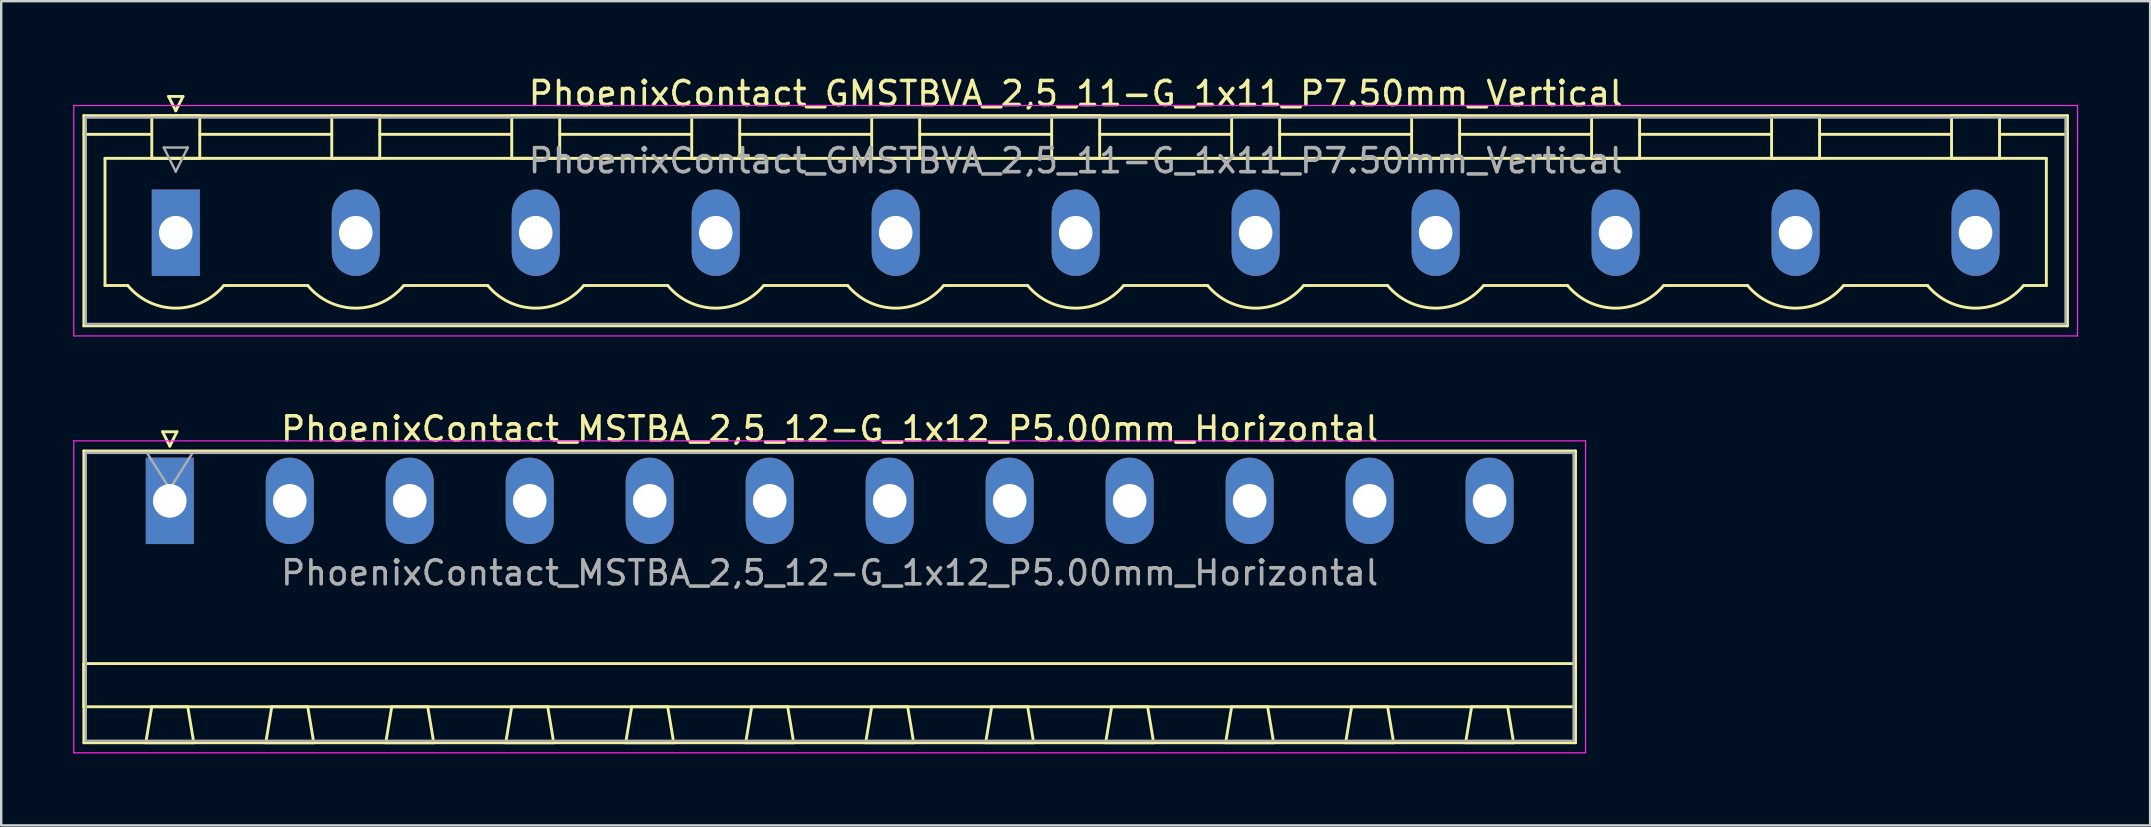
<source format=kicad_pcb>
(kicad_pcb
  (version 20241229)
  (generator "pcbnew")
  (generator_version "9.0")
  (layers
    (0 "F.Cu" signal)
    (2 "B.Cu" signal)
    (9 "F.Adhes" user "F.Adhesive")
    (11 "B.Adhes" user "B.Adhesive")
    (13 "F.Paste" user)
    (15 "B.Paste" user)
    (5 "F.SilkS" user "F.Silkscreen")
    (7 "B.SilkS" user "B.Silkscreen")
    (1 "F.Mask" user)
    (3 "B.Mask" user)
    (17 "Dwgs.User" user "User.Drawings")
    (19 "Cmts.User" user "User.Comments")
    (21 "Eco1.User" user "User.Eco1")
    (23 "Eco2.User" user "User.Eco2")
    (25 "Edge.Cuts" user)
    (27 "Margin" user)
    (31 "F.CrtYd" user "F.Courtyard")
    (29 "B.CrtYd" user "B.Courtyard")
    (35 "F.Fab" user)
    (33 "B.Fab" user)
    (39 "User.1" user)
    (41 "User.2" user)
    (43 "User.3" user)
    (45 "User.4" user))
  (footprint "PhoenixContact_MSTBA_2,5_12-G_1x12_P5.00mm_Horizontal"
    (layer "F.Cu")
    (at 4.025 17.822)
    (property "Reference" "PhoenixContact_MSTBA_2,5_12-G_1x12_P5.00mm_Horizontal" (at 27.5 -3 0) (layer "F.SilkS") (effects (font (size 1 1) (thickness 0.15))))
    (attr through_hole)
    (fp_line (start -3.58 -2.08) (end -3.58 10.08) (stroke (width 0.12) (type solid)) (layer "F.SilkS"))
    (fp_line (start -3.58 6.78) (end 58.58 6.78) (stroke (width 0.12) (type solid)) (layer "F.SilkS"))
    (fp_line (start -3.58 8.58) (end -3.58 6.78) (stroke (width 0.12) (type solid)) (layer "F.SilkS"))
    (fp_line (start -3.58 10.08) (end 58.58 10.08) (stroke (width 0.12) (type solid)) (layer "F.SilkS"))
    (fp_line (start -1 10.08) (end 1 10.08) (stroke (width 0.12) (type solid)) (layer "F.SilkS"))
    (fp_line (start -0.75 8.58) (end -1 10.08) (stroke (width 0.12) (type solid)) (layer "F.SilkS"))
    (fp_line (start -0.3 -2.88) (end 0.3 -2.88) (stroke (width 0.12) (type solid)) (layer "F.SilkS"))
    (fp_line (start 0 -2.28) (end -0.3 -2.88) (stroke (width 0.12) (type solid)) (layer "F.SilkS"))
    (fp_line (start 0.3 -2.88) (end 0 -2.28) (stroke (width 0.12) (type solid)) (layer "F.SilkS"))
    (fp_line (start 0.75 8.58) (end -0.75 8.58) (stroke (width 0.12) (type solid)) (layer "F.SilkS"))
    (fp_line (start 1 10.08) (end 0.75 8.58) (stroke (width 0.12) (type solid)) (layer "F.SilkS"))
    (fp_line (start 4 10.08) (end 6 10.08) (stroke (width 0.12) (type solid)) (layer "F.SilkS"))
    (fp_line (start 4.25 8.58) (end 4 10.08) (stroke (width 0.12) (type solid)) (layer "F.SilkS"))
    (fp_line (start 5.75 8.58) (end 4.25 8.58) (stroke (width 0.12) (type solid)) (layer "F.SilkS"))
    (fp_line (start 6 10.08) (end 5.75 8.58) (stroke (width 0.12) (type solid)) (layer "F.SilkS"))
    (fp_line (start 9 10.08) (end 11 10.08) (stroke (width 0.12) (type solid)) (layer "F.SilkS"))
    (fp_line (start 9.25 8.58) (end 9 10.08) (stroke (width 0.12) (type solid)) (layer "F.SilkS"))
    (fp_line (start 10.75 8.58) (end 9.25 8.58) (stroke (width 0.12) (type solid)) (layer "F.SilkS"))
    (fp_line (start 11 10.08) (end 10.75 8.58) (stroke (width 0.12) (type solid)) (layer "F.SilkS"))
    (fp_line (start 14 10.08) (end 16 10.08) (stroke (width 0.12) (type solid)) (layer "F.SilkS"))
    (fp_line (start 14.25 8.58) (end 14 10.08) (stroke (width 0.12) (type solid)) (layer "F.SilkS"))
    (fp_line (start 15.75 8.58) (end 14.25 8.58) (stroke (width 0.12) (type solid)) (layer "F.SilkS"))
    (fp_line (start 16 10.08) (end 15.75 8.58) (stroke (width 0.12) (type solid)) (layer "F.SilkS"))
    (fp_line (start 19 10.08) (end 21 10.08) (stroke (width 0.12) (type solid)) (layer "F.SilkS"))
    (fp_line (start 19.25 8.58) (end 19 10.08) (stroke (width 0.12) (type solid)) (layer "F.SilkS"))
    (fp_line (start 20.75 8.58) (end 19.25 8.58) (stroke (width 0.12) (type solid)) (layer "F.SilkS"))
    (fp_line (start 21 10.08) (end 20.75 8.58) (stroke (width 0.12) (type solid)) (layer "F.SilkS"))
    (fp_line (start 24 10.08) (end 26 10.08) (stroke (width 0.12) (type solid)) (layer "F.SilkS"))
    (fp_line (start 24.25 8.58) (end 24 10.08) (stroke (width 0.12) (type solid)) (layer "F.SilkS"))
    (fp_line (start 25.75 8.58) (end 24.25 8.58) (stroke (width 0.12) (type solid)) (layer "F.SilkS"))
    (fp_line (start 26 10.08) (end 25.75 8.58) (stroke (width 0.12) (type solid)) (layer "F.SilkS"))
    (fp_line (start 29 10.08) (end 31 10.08) (stroke (width 0.12) (type solid)) (layer "F.SilkS"))
    (fp_line (start 29.25 8.58) (end 29 10.08) (stroke (width 0.12) (type solid)) (layer "F.SilkS"))
    (fp_line (start 30.75 8.58) (end 29.25 8.58) (stroke (width 0.12) (type solid)) (layer "F.SilkS"))
    (fp_line (start 31 10.08) (end 30.75 8.58) (stroke (width 0.12) (type solid)) (layer "F.SilkS"))
    (fp_line (start 34 10.08) (end 36 10.08) (stroke (width 0.12) (type solid)) (layer "F.SilkS"))
    (fp_line (start 34.25 8.58) (end 34 10.08) (stroke (width 0.12) (type solid)) (layer "F.SilkS"))
    (fp_line (start 35.75 8.58) (end 34.25 8.58) (stroke (width 0.12) (type solid)) (layer "F.SilkS"))
    (fp_line (start 36 10.08) (end 35.75 8.58) (stroke (width 0.12) (type solid)) (layer "F.SilkS"))
    (fp_line (start 39 10.08) (end 41 10.08) (stroke (width 0.12) (type solid)) (layer "F.SilkS"))
    (fp_line (start 39.25 8.58) (end 39 10.08) (stroke (width 0.12) (type solid)) (layer "F.SilkS"))
    (fp_line (start 40.75 8.58) (end 39.25 8.58) (stroke (width 0.12) (type solid)) (layer "F.SilkS"))
    (fp_line (start 41 10.08) (end 40.75 8.58) (stroke (width 0.12) (type solid)) (layer "F.SilkS"))
    (fp_line (start 44 10.08) (end 46 10.08) (stroke (width 0.12) (type solid)) (layer "F.SilkS"))
    (fp_line (start 44.25 8.58) (end 44 10.08) (stroke (width 0.12) (type solid)) (layer "F.SilkS"))
    (fp_line (start 45.75 8.58) (end 44.25 8.58) (stroke (width 0.12) (type solid)) (layer "F.SilkS"))
    (fp_line (start 46 10.08) (end 45.75 8.58) (stroke (width 0.12) (type solid)) (layer "F.SilkS"))
    (fp_line (start 49 10.08) (end 51 10.08) (stroke (width 0.12) (type solid)) (layer "F.SilkS"))
    (fp_line (start 49.25 8.58) (end 49 10.08) (stroke (width 0.12) (type solid)) (layer "F.SilkS"))
    (fp_line (start 50.75 8.58) (end 49.25 8.58) (stroke (width 0.12) (type solid)) (layer "F.SilkS"))
    (fp_line (start 51 10.08) (end 50.75 8.58) (stroke (width 0.12) (type solid)) (layer "F.SilkS"))
    (fp_line (start 54 10.08) (end 56 10.08) (stroke (width 0.12) (type solid)) (layer "F.SilkS"))
    (fp_line (start 54.25 8.58) (end 54 10.08) (stroke (width 0.12) (type solid)) (layer "F.SilkS"))
    (fp_line (start 55.75 8.58) (end 54.25 8.58) (stroke (width 0.12) (type solid)) (layer "F.SilkS"))
    (fp_line (start 56 10.08) (end 55.75 8.58) (stroke (width 0.12) (type solid)) (layer "F.SilkS"))
    (fp_line (start 58.58 -2.08) (end -3.58 -2.08) (stroke (width 0.12) (type solid)) (layer "F.SilkS"))
    (fp_line (start 58.58 6.78) (end 58.58 8.58) (stroke (width 0.12) (type solid)) (layer "F.SilkS"))
    (fp_line (start 58.58 8.58) (end -3.58 8.58) (stroke (width 0.12) (type solid)) (layer "F.SilkS"))
    (fp_line (start 58.58 10.08) (end 58.58 -2.08) (stroke (width 0.12) (type solid)) (layer "F.SilkS"))
    (fp_line (start -4 -2.5) (end -4 10.5) (stroke (width 0.05) (type solid)) (layer "F.CrtYd"))
    (fp_line (start -4 10.5) (end 59 10.5) (stroke (width 0.05) (type solid)) (layer "F.CrtYd"))
    (fp_line (start 59 -2.5) (end -4 -2.5) (stroke (width 0.05) (type solid)) (layer "F.CrtYd"))
    (fp_line (start 59 10.5) (end 59 -2.5) (stroke (width 0.05) (type solid)) (layer "F.CrtYd"))
    (fp_line (start -3.5 -2) (end -3.5 10) (stroke (width 0.1) (type solid)) (layer "F.Fab"))
    (fp_line (start -3.5 10) (end 58.5 10) (stroke (width 0.1) (type solid)) (layer "F.Fab"))
    (fp_line (start 0 -0.5) (end -0.95 -2) (stroke (width 0.1) (type solid)) (layer "F.Fab"))
    (fp_line (start 0.95 -2) (end 0 -0.5) (stroke (width 0.1) (type solid)) (layer "F.Fab"))
    (fp_line (start 58.5 -2) (end -3.5 -2) (stroke (width 0.1) (type solid)) (layer "F.Fab"))
    (fp_line (start 58.5 10) (end 58.5 -2) (stroke (width 0.1) (type solid)) (layer "F.Fab"))
    (fp_text user "${REFERENCE}" (at 27.5 3 0) (layer "F.Fab") (effects (font (size 1 1) (thickness 0.15))))
    (pad "1" thru_hole rect (at 0 0) (size 2 3.6) (drill 1.4) (layers "*.Cu" "*.Mask"))
    (pad "2" thru_hole oval (at 5 0) (size 2 3.6) (drill 1.4) (layers "*.Cu" "*.Mask"))
    (pad "3" thru_hole oval (at 10 0) (size 2 3.6) (drill 1.4) (layers "*.Cu" "*.Mask"))
    (pad "4" thru_hole oval (at 15 0) (size 2 3.6) (drill 1.4) (layers "*.Cu" "*.Mask"))
    (pad "5" thru_hole oval (at 20 0) (size 2 3.6) (drill 1.4) (layers "*.Cu" "*.Mask"))
    (pad "6" thru_hole oval (at 25 0) (size 2 3.6) (drill 1.4) (layers "*.Cu" "*.Mask"))
    (pad "7" thru_hole oval (at 30 0) (size 2 3.6) (drill 1.4) (layers "*.Cu" "*.Mask"))
    (pad "8" thru_hole oval (at 35 0) (size 2 3.6) (drill 1.4) (layers "*.Cu" "*.Mask"))
    (pad "9" thru_hole oval (at 40 0) (size 2 3.6) (drill 1.4) (layers "*.Cu" "*.Mask"))
    (pad "10" thru_hole oval (at 45 0) (size 2 3.6) (drill 1.4) (layers "*.Cu" "*.Mask"))
    (pad "11" thru_hole oval (at 50 0) (size 2 3.6) (drill 1.4) (layers "*.Cu" "*.Mask"))
    (pad "12" thru_hole oval (at 55 0) (size 2 3.6) (drill 1.4) (layers "*.Cu" "*.Mask")))
  (footprint "PhoenixContact_GMSTBVA_2,5_11-G_1x11_P7.50mm_Vertical"
    (layer "F.Cu")
    (at 4.275 6.648)
    (property "Reference" "PhoenixContact_GMSTBVA_2,5_11-G_1x11_P7.50mm_Vertical" (at 37.5 -5.8 0) (layer "F.SilkS") (effects (font (size 1 1) (thickness 0.15))))
    (attr through_hole)
    (fp_line (start -3.83 -4.88) (end -3.83 3.88) (stroke (width 0.12) (type solid)) (layer "F.SilkS"))
    (fp_line (start -3.83 -4.1) (end -1.08 -4.1) (stroke (width 0.12) (type solid)) (layer "F.SilkS"))
    (fp_line (start -3.83 3.88) (end 78.83 3.88) (stroke (width 0.12) (type solid)) (layer "F.SilkS"))
    (fp_line (start -2.95 -3.1) (end 77.95 -3.1) (stroke (width 0.12) (type solid)) (layer "F.SilkS"))
    (fp_line (start -2.95 2.2) (end -2.95 -3.1) (stroke (width 0.12) (type solid)) (layer "F.SilkS"))
    (fp_line (start -2 2.2) (end -2.95 2.2) (stroke (width 0.12) (type solid)) (layer "F.SilkS"))
    (fp_line (start -1 -4.88) (end 1 -4.88) (stroke (width 0.12) (type solid)) (layer "F.SilkS"))
    (fp_line (start -1 -3.1) (end -1 -4.88) (stroke (width 0.12) (type solid)) (layer "F.SilkS"))
    (fp_line (start -0.3 -5.68) (end 0.3 -5.68) (stroke (width 0.12) (type solid)) (layer "F.SilkS"))
    (fp_line (start 0 -5.08) (end -0.3 -5.68) (stroke (width 0.12) (type solid)) (layer "F.SilkS"))
    (fp_line (start 0.3 -5.68) (end 0 -5.08) (stroke (width 0.12) (type solid)) (layer "F.SilkS"))
    (fp_line (start 1 -4.88) (end 1 -3.1) (stroke (width 0.12) (type solid)) (layer "F.SilkS"))
    (fp_line (start 1 -4.1) (end 6.5 -4.1) (stroke (width 0.12) (type solid)) (layer "F.SilkS"))
    (fp_line (start 1 -3.1) (end -1 -3.1) (stroke (width 0.12) (type solid)) (layer "F.SilkS"))
    (fp_line (start 2 2.2) (end 5.5 2.2) (stroke (width 0.12) (type solid)) (layer "F.SilkS"))
    (fp_line (start 6.5 -4.88) (end 8.5 -4.88) (stroke (width 0.12) (type solid)) (layer "F.SilkS"))
    (fp_line (start 6.5 -3.1) (end 6.5 -4.88) (stroke (width 0.12) (type solid)) (layer "F.SilkS"))
    (fp_line (start 8.5 -4.88) (end 8.5 -3.1) (stroke (width 0.12) (type solid)) (layer "F.SilkS"))
    (fp_line (start 8.5 -4.1) (end 14 -4.1) (stroke (width 0.12) (type solid)) (layer "F.SilkS"))
    (fp_line (start 8.5 -3.1) (end 6.5 -3.1) (stroke (width 0.12) (type solid)) (layer "F.SilkS"))
    (fp_line (start 9.5 2.2) (end 13 2.2) (stroke (width 0.12) (type solid)) (layer "F.SilkS"))
    (fp_line (start 14 -4.88) (end 16 -4.88) (stroke (width 0.12) (type solid)) (layer "F.SilkS"))
    (fp_line (start 14 -3.1) (end 14 -4.88) (stroke (width 0.12) (type solid)) (layer "F.SilkS"))
    (fp_line (start 16 -4.88) (end 16 -3.1) (stroke (width 0.12) (type solid)) (layer "F.SilkS"))
    (fp_line (start 16 -4.1) (end 21.5 -4.1) (stroke (width 0.12) (type solid)) (layer "F.SilkS"))
    (fp_line (start 16 -3.1) (end 14 -3.1) (stroke (width 0.12) (type solid)) (layer "F.SilkS"))
    (fp_line (start 17 2.2) (end 20.5 2.2) (stroke (width 0.12) (type solid)) (layer "F.SilkS"))
    (fp_line (start 21.5 -4.88) (end 23.5 -4.88) (stroke (width 0.12) (type solid)) (layer "F.SilkS"))
    (fp_line (start 21.5 -3.1) (end 21.5 -4.88) (stroke (width 0.12) (type solid)) (layer "F.SilkS"))
    (fp_line (start 23.5 -4.88) (end 23.5 -3.1) (stroke (width 0.12) (type solid)) (layer "F.SilkS"))
    (fp_line (start 23.5 -4.1) (end 29 -4.1) (stroke (width 0.12) (type solid)) (layer "F.SilkS"))
    (fp_line (start 23.5 -3.1) (end 21.5 -3.1) (stroke (width 0.12) (type solid)) (layer "F.SilkS"))
    (fp_line (start 24.5 2.2) (end 28 2.2) (stroke (width 0.12) (type solid)) (layer "F.SilkS"))
    (fp_line (start 29 -4.88) (end 31 -4.88) (stroke (width 0.12) (type solid)) (layer "F.SilkS"))
    (fp_line (start 29 -3.1) (end 29 -4.88) (stroke (width 0.12) (type solid)) (layer "F.SilkS"))
    (fp_line (start 31 -4.88) (end 31 -3.1) (stroke (width 0.12) (type solid)) (layer "F.SilkS"))
    (fp_line (start 31 -4.1) (end 36.5 -4.1) (stroke (width 0.12) (type solid)) (layer "F.SilkS"))
    (fp_line (start 31 -3.1) (end 29 -3.1) (stroke (width 0.12) (type solid)) (layer "F.SilkS"))
    (fp_line (start 32 2.2) (end 35.5 2.2) (stroke (width 0.12) (type solid)) (layer "F.SilkS"))
    (fp_line (start 36.5 -4.88) (end 38.5 -4.88) (stroke (width 0.12) (type solid)) (layer "F.SilkS"))
    (fp_line (start 36.5 -3.1) (end 36.5 -4.88) (stroke (width 0.12) (type solid)) (layer "F.SilkS"))
    (fp_line (start 38.5 -4.88) (end 38.5 -3.1) (stroke (width 0.12) (type solid)) (layer "F.SilkS"))
    (fp_line (start 38.5 -4.1) (end 44 -4.1) (stroke (width 0.12) (type solid)) (layer "F.SilkS"))
    (fp_line (start 38.5 -3.1) (end 36.5 -3.1) (stroke (width 0.12) (type solid)) (layer "F.SilkS"))
    (fp_line (start 39.5 2.2) (end 43 2.2) (stroke (width 0.12) (type solid)) (layer "F.SilkS"))
    (fp_line (start 44 -4.88) (end 46 -4.88) (stroke (width 0.12) (type solid)) (layer "F.SilkS"))
    (fp_line (start 44 -3.1) (end 44 -4.88) (stroke (width 0.12) (type solid)) (layer "F.SilkS"))
    (fp_line (start 46 -4.88) (end 46 -3.1) (stroke (width 0.12) (type solid)) (layer "F.SilkS"))
    (fp_line (start 46 -4.1) (end 51.5 -4.1) (stroke (width 0.12) (type solid)) (layer "F.SilkS"))
    (fp_line (start 46 -3.1) (end 44 -3.1) (stroke (width 0.12) (type solid)) (layer "F.SilkS"))
    (fp_line (start 47 2.2) (end 50.5 2.2) (stroke (width 0.12) (type solid)) (layer "F.SilkS"))
    (fp_line (start 51.5 -4.88) (end 53.5 -4.88) (stroke (width 0.12) (type solid)) (layer "F.SilkS"))
    (fp_line (start 51.5 -3.1) (end 51.5 -4.88) (stroke (width 0.12) (type solid)) (layer "F.SilkS"))
    (fp_line (start 53.5 -4.88) (end 53.5 -3.1) (stroke (width 0.12) (type solid)) (layer "F.SilkS"))
    (fp_line (start 53.5 -4.1) (end 59 -4.1) (stroke (width 0.12) (type solid)) (layer "F.SilkS"))
    (fp_line (start 53.5 -3.1) (end 51.5 -3.1) (stroke (width 0.12) (type solid)) (layer "F.SilkS"))
    (fp_line (start 54.5 2.2) (end 58 2.2) (stroke (width 0.12) (type solid)) (layer "F.SilkS"))
    (fp_line (start 59 -4.88) (end 61 -4.88) (stroke (width 0.12) (type solid)) (layer "F.SilkS"))
    (fp_line (start 59 -3.1) (end 59 -4.88) (stroke (width 0.12) (type solid)) (layer "F.SilkS"))
    (fp_line (start 61 -4.88) (end 61 -3.1) (stroke (width 0.12) (type solid)) (layer "F.SilkS"))
    (fp_line (start 61 -4.1) (end 66.5 -4.1) (stroke (width 0.12) (type solid)) (layer "F.SilkS"))
    (fp_line (start 61 -3.1) (end 59 -3.1) (stroke (width 0.12) (type solid)) (layer "F.SilkS"))
    (fp_line (start 62 2.2) (end 65.5 2.2) (stroke (width 0.12) (type solid)) (layer "F.SilkS"))
    (fp_line (start 66.5 -4.88) (end 68.5 -4.88) (stroke (width 0.12) (type solid)) (layer "F.SilkS"))
    (fp_line (start 66.5 -3.1) (end 66.5 -4.88) (stroke (width 0.12) (type solid)) (layer "F.SilkS"))
    (fp_line (start 68.5 -4.88) (end 68.5 -3.1) (stroke (width 0.12) (type solid)) (layer "F.SilkS"))
    (fp_line (start 68.5 -4.1) (end 74 -4.1) (stroke (width 0.12) (type solid)) (layer "F.SilkS"))
    (fp_line (start 68.5 -3.1) (end 66.5 -3.1) (stroke (width 0.12) (type solid)) (layer "F.SilkS"))
    (fp_line (start 69.5 2.2) (end 73 2.2) (stroke (width 0.12) (type solid)) (layer "F.SilkS"))
    (fp_line (start 74 -4.88) (end 76 -4.88) (stroke (width 0.12) (type solid)) (layer "F.SilkS"))
    (fp_line (start 74 -3.1) (end 74 -4.88) (stroke (width 0.12) (type solid)) (layer "F.SilkS"))
    (fp_line (start 76 -4.88) (end 76 -3.1) (stroke (width 0.12) (type solid)) (layer "F.SilkS"))
    (fp_line (start 76 -3.1) (end 74 -3.1) (stroke (width 0.12) (type solid)) (layer "F.SilkS"))
    (fp_line (start 77.95 -3.1) (end 77.95 2.2) (stroke (width 0.12) (type solid)) (layer "F.SilkS"))
    (fp_line (start 77.95 2.2) (end 77 2.2) (stroke (width 0.12) (type solid)) (layer "F.SilkS"))
    (fp_line (start 78.83 -4.88) (end -3.83 -4.88) (stroke (width 0.12) (type solid)) (layer "F.SilkS"))
    (fp_line (start 78.83 -4.1) (end 76.08 -4.1) (stroke (width 0.12) (type solid)) (layer "F.SilkS"))
    (fp_line (start 78.83 3.88) (end 78.83 -4.88) (stroke (width 0.12) (type solid)) (layer "F.SilkS"))
    (fp_arc (start 1.986842 2.215821) (mid -0.010289 3.142758) (end -2 2.2) (stroke (width 0.12) (type solid)) (layer "F.SilkS"))
    (fp_arc (start 9.486842 2.215821) (mid 7.489711 3.142758) (end 5.5 2.2) (stroke (width 0.12) (type solid)) (layer "F.SilkS"))
    (fp_arc (start 16.986842 2.215821) (mid 14.989711 3.142758) (end 13 2.2) (stroke (width 0.12) (type solid)) (layer "F.SilkS"))
    (fp_arc (start 24.486842 2.215821) (mid 22.489711 3.142758) (end 20.5 2.2) (stroke (width 0.12) (type solid)) (layer "F.SilkS"))
    (fp_arc (start 31.986842 2.215821) (mid 29.989711 3.142758) (end 28 2.2) (stroke (width 0.12) (type solid)) (layer "F.SilkS"))
    (fp_arc (start 39.486842 2.215821) (mid 37.489711 3.142758) (end 35.5 2.2) (stroke (width 0.12) (type solid)) (layer "F.SilkS"))
    (fp_arc (start 46.986842 2.215821) (mid 44.989711 3.142758) (end 43 2.2) (stroke (width 0.12) (type solid)) (layer "F.SilkS"))
    (fp_arc (start 54.486842 2.215821) (mid 52.489711 3.142758) (end 50.5 2.2) (stroke (width 0.12) (type solid)) (layer "F.SilkS"))
    (fp_arc (start 61.986842 2.215821) (mid 59.989711 3.142758) (end 58 2.2) (stroke (width 0.12) (type solid)) (layer "F.SilkS"))
    (fp_arc (start 69.486842 2.215821) (mid 67.489711 3.142758) (end 65.5 2.2) (stroke (width 0.12) (type solid)) (layer "F.SilkS"))
    (fp_arc (start 76.986842 2.215821) (mid 74.989711 3.142758) (end 73 2.2) (stroke (width 0.12) (type solid)) (layer "F.SilkS"))
    (fp_line (start -4.25 -5.3) (end -4.25 4.3) (stroke (width 0.05) (type solid)) (layer "F.CrtYd"))
    (fp_line (start -4.25 4.3) (end 79.25 4.3) (stroke (width 0.05) (type solid)) (layer "F.CrtYd"))
    (fp_line (start 79.25 -5.3) (end -4.25 -5.3) (stroke (width 0.05) (type solid)) (layer "F.CrtYd"))
    (fp_line (start 79.25 4.3) (end 79.25 -5.3) (stroke (width 0.05) (type solid)) (layer "F.CrtYd"))
    (fp_line (start -3.75 -4.8) (end -3.75 3.8) (stroke (width 0.1) (type solid)) (layer "F.Fab"))
    (fp_line (start -3.75 3.8) (end 78.75 3.8) (stroke (width 0.1) (type solid)) (layer "F.Fab"))
    (fp_line (start -0.5 -3.55) (end 0.5 -3.55) (stroke (width 0.1) (type solid)) (layer "F.Fab"))
    (fp_line (start 0 -2.55) (end -0.5 -3.55) (stroke (width 0.1) (type solid)) (layer "F.Fab"))
    (fp_line (start 0.5 -3.55) (end 0 -2.55) (stroke (width 0.1) (type solid)) (layer "F.Fab"))
    (fp_line (start 78.75 -4.8) (end -3.75 -4.8) (stroke (width 0.1) (type solid)) (layer "F.Fab"))
    (fp_line (start 78.75 3.8) (end 78.75 -4.8) (stroke (width 0.1) (type solid)) (layer "F.Fab"))
    (fp_text user "${REFERENCE}" (at 37.5 -3 0) (layer "F.Fab") (effects (font (size 1 1) (thickness 0.15))))
    (pad "1" thru_hole rect (at 0 0) (size 2 3.6) (drill 1.4) (layers "*.Cu" "*.Mask"))
    (pad "2" thru_hole oval (at 7.5 0) (size 2 3.6) (drill 1.4) (layers "*.Cu" "*.Mask"))
    (pad "3" thru_hole oval (at 15 0) (size 2 3.6) (drill 1.4) (layers "*.Cu" "*.Mask"))
    (pad "4" thru_hole oval (at 22.5 0) (size 2 3.6) (drill 1.4) (layers "*.Cu" "*.Mask"))
    (pad "5" thru_hole oval (at 30 0) (size 2 3.6) (drill 1.4) (layers "*.Cu" "*.Mask"))
    (pad "6" thru_hole oval (at 37.5 0) (size 2 3.6) (drill 1.4) (layers "*.Cu" "*.Mask"))
    (pad "7" thru_hole oval (at 45 0) (size 2 3.6) (drill 1.4) (layers "*.Cu" "*.Mask"))
    (pad "8" thru_hole oval (at 52.5 0) (size 2 3.6) (drill 1.4) (layers "*.Cu" "*.Mask"))
    (pad "9" thru_hole oval (at 60 0) (size 2 3.6) (drill 1.4) (layers "*.Cu" "*.Mask"))
    (pad "10" thru_hole oval (at 67.5 0) (size 2 3.6) (drill 1.4) (layers "*.Cu" "*.Mask"))
    (pad "11" thru_hole oval (at 75 0) (size 2 3.6) (drill 1.4) (layers "*.Cu" "*.Mask")))
  (gr_rect
    (start -3 -3)
    (end 86.55 31.346)
    (stroke (width 0.1) (type default))
    (fill no)
    (layer "Edge.Cuts")))
</source>
